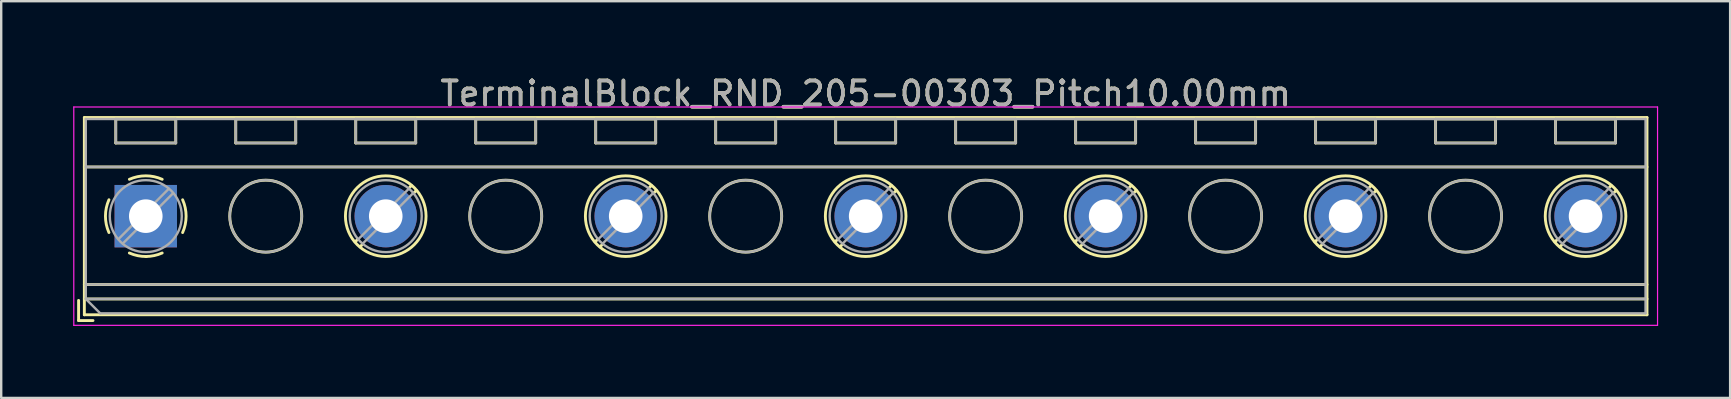
<source format=kicad_pcb>
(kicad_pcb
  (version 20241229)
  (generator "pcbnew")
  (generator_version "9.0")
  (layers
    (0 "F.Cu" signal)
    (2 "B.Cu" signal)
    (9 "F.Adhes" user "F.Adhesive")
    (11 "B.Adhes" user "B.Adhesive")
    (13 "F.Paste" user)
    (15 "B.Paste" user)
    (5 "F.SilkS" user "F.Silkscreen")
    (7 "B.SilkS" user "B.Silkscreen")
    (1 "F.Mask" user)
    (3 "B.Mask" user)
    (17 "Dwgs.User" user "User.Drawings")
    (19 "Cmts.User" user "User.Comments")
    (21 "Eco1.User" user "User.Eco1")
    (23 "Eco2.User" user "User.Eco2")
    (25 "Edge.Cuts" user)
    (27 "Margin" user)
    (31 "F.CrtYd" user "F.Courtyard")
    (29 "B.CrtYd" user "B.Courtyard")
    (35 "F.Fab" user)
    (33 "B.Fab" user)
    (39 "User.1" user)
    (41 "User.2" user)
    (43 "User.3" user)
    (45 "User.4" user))
  (footprint "TerminalBlock_RND_205-00303_Pitch10.00mm"
    (layer "F.Cu")
    (at 3.025 5.958)
    (property "Reference" "TerminalBlock_RND_205-00303_Pitch10.00mm" (at 30 -5.11 0) (layer "F.SilkS") (effects (font (size 1 1) (thickness 0.15))))
    (attr through_hole)
    (fp_line (start -2.8 3.51) (end -2.8 4.35) (stroke (width 0.12) (type solid)) (layer "F.SilkS"))
    (fp_line (start -2.8 4.35) (end -2.2 4.35) (stroke (width 0.12) (type solid)) (layer "F.SilkS"))
    (fp_line (start -2.56 -4.11) (end -2.56 4.11) (stroke (width 0.12) (type solid)) (layer "F.SilkS"))
    (fp_line (start -2.56 -2.05) (end 62.56 -2.05) (stroke (width 0.12) (type solid)) (layer "F.SilkS"))
    (fp_line (start -2.56 2.85) (end 62.56 2.85) (stroke (width 0.12) (type solid)) (layer "F.SilkS"))
    (fp_line (start -2.56 3.45) (end 62.56 3.45) (stroke (width 0.12) (type solid)) (layer "F.SilkS"))
    (fp_line (start -2.56 4.11) (end 62.56 4.11) (stroke (width 0.12) (type solid)) (layer "F.SilkS"))
    (fp_line (start -1.25 -4.05) (end -1.25 -3.05) (stroke (width 0.12) (type solid)) (layer "F.SilkS"))
    (fp_line (start -1.25 -4.05) (end 1.25 -4.05) (stroke (width 0.12) (type solid)) (layer "F.SilkS"))
    (fp_line (start -1.25 -3.05) (end 1.25 -3.05) (stroke (width 0.12) (type solid)) (layer "F.SilkS"))
    (fp_line (start 1.25 -4.05) (end 1.25 -3.05) (stroke (width 0.12) (type solid)) (layer "F.SilkS"))
    (fp_line (start 3.75 -4.05) (end 3.75 -3.05) (stroke (width 0.12) (type solid)) (layer "F.SilkS"))
    (fp_line (start 3.75 -4.05) (end 6.25 -4.05) (stroke (width 0.12) (type solid)) (layer "F.SilkS"))
    (fp_line (start 3.75 -3.05) (end 6.25 -3.05) (stroke (width 0.12) (type solid)) (layer "F.SilkS"))
    (fp_line (start 6.25 -4.05) (end 6.25 -3.05) (stroke (width 0.12) (type solid)) (layer "F.SilkS"))
    (fp_line (start 8.75 -4.05) (end 8.75 -3.05) (stroke (width 0.12) (type solid)) (layer "F.SilkS"))
    (fp_line (start 8.75 -4.05) (end 11.25 -4.05) (stroke (width 0.12) (type solid)) (layer "F.SilkS"))
    (fp_line (start 8.75 -3.05) (end 11.25 -3.05) (stroke (width 0.12) (type solid)) (layer "F.SilkS"))
    (fp_line (start 8.82 0.976) (end 8.726 1.069) (stroke (width 0.12) (type solid)) (layer "F.SilkS"))
    (fp_line (start 9.002 1.204) (end 8.931 1.274) (stroke (width 0.12) (type solid)) (layer "F.SilkS"))
    (fp_line (start 11.07 -1.275) (end 10.999 -1.204) (stroke (width 0.12) (type solid)) (layer "F.SilkS"))
    (fp_line (start 11.25 -4.05) (end 11.25 -3.05) (stroke (width 0.12) (type solid)) (layer "F.SilkS"))
    (fp_line (start 11.275 -1.069) (end 11.181 -0.976) (stroke (width 0.12) (type solid)) (layer "F.SilkS"))
    (fp_line (start 13.75 -4.05) (end 13.75 -3.05) (stroke (width 0.12) (type solid)) (layer "F.SilkS"))
    (fp_line (start 13.75 -4.05) (end 16.25 -4.05) (stroke (width 0.12) (type solid)) (layer "F.SilkS"))
    (fp_line (start 13.75 -3.05) (end 16.25 -3.05) (stroke (width 0.12) (type solid)) (layer "F.SilkS"))
    (fp_line (start 16.25 -4.05) (end 16.25 -3.05) (stroke (width 0.12) (type solid)) (layer "F.SilkS"))
    (fp_line (start 18.75 -4.05) (end 18.75 -3.05) (stroke (width 0.12) (type solid)) (layer "F.SilkS"))
    (fp_line (start 18.75 -4.05) (end 21.25 -4.05) (stroke (width 0.12) (type solid)) (layer "F.SilkS"))
    (fp_line (start 18.75 -3.05) (end 21.25 -3.05) (stroke (width 0.12) (type solid)) (layer "F.SilkS"))
    (fp_line (start 18.82 0.976) (end 18.726 1.069) (stroke (width 0.12) (type solid)) (layer "F.SilkS"))
    (fp_line (start 19.002 1.204) (end 18.931 1.274) (stroke (width 0.12) (type solid)) (layer "F.SilkS"))
    (fp_line (start 21.07 -1.275) (end 20.999 -1.204) (stroke (width 0.12) (type solid)) (layer "F.SilkS"))
    (fp_line (start 21.25 -4.05) (end 21.25 -3.05) (stroke (width 0.12) (type solid)) (layer "F.SilkS"))
    (fp_line (start 21.275 -1.069) (end 21.181 -0.976) (stroke (width 0.12) (type solid)) (layer "F.SilkS"))
    (fp_line (start 23.75 -4.05) (end 23.75 -3.05) (stroke (width 0.12) (type solid)) (layer "F.SilkS"))
    (fp_line (start 23.75 -4.05) (end 26.25 -4.05) (stroke (width 0.12) (type solid)) (layer "F.SilkS"))
    (fp_line (start 23.75 -3.05) (end 26.25 -3.05) (stroke (width 0.12) (type solid)) (layer "F.SilkS"))
    (fp_line (start 26.25 -4.05) (end 26.25 -3.05) (stroke (width 0.12) (type solid)) (layer "F.SilkS"))
    (fp_line (start 28.75 -4.05) (end 28.75 -3.05) (stroke (width 0.12) (type solid)) (layer "F.SilkS"))
    (fp_line (start 28.75 -4.05) (end 31.25 -4.05) (stroke (width 0.12) (type solid)) (layer "F.SilkS"))
    (fp_line (start 28.75 -3.05) (end 31.25 -3.05) (stroke (width 0.12) (type solid)) (layer "F.SilkS"))
    (fp_line (start 28.82 0.976) (end 28.726 1.069) (stroke (width 0.12) (type solid)) (layer "F.SilkS"))
    (fp_line (start 29.002 1.204) (end 28.931 1.274) (stroke (width 0.12) (type solid)) (layer "F.SilkS"))
    (fp_line (start 31.07 -1.275) (end 30.999 -1.204) (stroke (width 0.12) (type solid)) (layer "F.SilkS"))
    (fp_line (start 31.25 -4.05) (end 31.25 -3.05) (stroke (width 0.12) (type solid)) (layer "F.SilkS"))
    (fp_line (start 31.275 -1.069) (end 31.181 -0.976) (stroke (width 0.12) (type solid)) (layer "F.SilkS"))
    (fp_line (start 33.75 -4.05) (end 33.75 -3.05) (stroke (width 0.12) (type solid)) (layer "F.SilkS"))
    (fp_line (start 33.75 -4.05) (end 36.25 -4.05) (stroke (width 0.12) (type solid)) (layer "F.SilkS"))
    (fp_line (start 33.75 -3.05) (end 36.25 -3.05) (stroke (width 0.12) (type solid)) (layer "F.SilkS"))
    (fp_line (start 36.25 -4.05) (end 36.25 -3.05) (stroke (width 0.12) (type solid)) (layer "F.SilkS"))
    (fp_line (start 38.75 -4.05) (end 38.75 -3.05) (stroke (width 0.12) (type solid)) (layer "F.SilkS"))
    (fp_line (start 38.75 -4.05) (end 41.25 -4.05) (stroke (width 0.12) (type solid)) (layer "F.SilkS"))
    (fp_line (start 38.75 -3.05) (end 41.25 -3.05) (stroke (width 0.12) (type solid)) (layer "F.SilkS"))
    (fp_line (start 38.82 0.976) (end 38.726 1.069) (stroke (width 0.12) (type solid)) (layer "F.SilkS"))
    (fp_line (start 39.002 1.204) (end 38.931 1.274) (stroke (width 0.12) (type solid)) (layer "F.SilkS"))
    (fp_line (start 41.07 -1.275) (end 40.999 -1.204) (stroke (width 0.12) (type solid)) (layer "F.SilkS"))
    (fp_line (start 41.25 -4.05) (end 41.25 -3.05) (stroke (width 0.12) (type solid)) (layer "F.SilkS"))
    (fp_line (start 41.275 -1.069) (end 41.181 -0.976) (stroke (width 0.12) (type solid)) (layer "F.SilkS"))
    (fp_line (start 43.75 -4.05) (end 43.75 -3.05) (stroke (width 0.12) (type solid)) (layer "F.SilkS"))
    (fp_line (start 43.75 -4.05) (end 46.25 -4.05) (stroke (width 0.12) (type solid)) (layer "F.SilkS"))
    (fp_line (start 43.75 -3.05) (end 46.25 -3.05) (stroke (width 0.12) (type solid)) (layer "F.SilkS"))
    (fp_line (start 46.25 -4.05) (end 46.25 -3.05) (stroke (width 0.12) (type solid)) (layer "F.SilkS"))
    (fp_line (start 48.75 -4.05) (end 48.75 -3.05) (stroke (width 0.12) (type solid)) (layer "F.SilkS"))
    (fp_line (start 48.75 -4.05) (end 51.25 -4.05) (stroke (width 0.12) (type solid)) (layer "F.SilkS"))
    (fp_line (start 48.75 -3.05) (end 51.25 -3.05) (stroke (width 0.12) (type solid)) (layer "F.SilkS"))
    (fp_line (start 48.82 0.976) (end 48.726 1.069) (stroke (width 0.12) (type solid)) (layer "F.SilkS"))
    (fp_line (start 49.002 1.204) (end 48.931 1.274) (stroke (width 0.12) (type solid)) (layer "F.SilkS"))
    (fp_line (start 51.07 -1.275) (end 50.999 -1.204) (stroke (width 0.12) (type solid)) (layer "F.SilkS"))
    (fp_line (start 51.25 -4.05) (end 51.25 -3.05) (stroke (width 0.12) (type solid)) (layer "F.SilkS"))
    (fp_line (start 51.275 -1.069) (end 51.181 -0.976) (stroke (width 0.12) (type solid)) (layer "F.SilkS"))
    (fp_line (start 53.75 -4.05) (end 53.75 -3.05) (stroke (width 0.12) (type solid)) (layer "F.SilkS"))
    (fp_line (start 53.75 -4.05) (end 56.25 -4.05) (stroke (width 0.12) (type solid)) (layer "F.SilkS"))
    (fp_line (start 53.75 -3.05) (end 56.25 -3.05) (stroke (width 0.12) (type solid)) (layer "F.SilkS"))
    (fp_line (start 56.25 -4.05) (end 56.25 -3.05) (stroke (width 0.12) (type solid)) (layer "F.SilkS"))
    (fp_line (start 58.75 -4.05) (end 58.75 -3.05) (stroke (width 0.12) (type solid)) (layer "F.SilkS"))
    (fp_line (start 58.75 -4.05) (end 61.25 -4.05) (stroke (width 0.12) (type solid)) (layer "F.SilkS"))
    (fp_line (start 58.75 -3.05) (end 61.25 -3.05) (stroke (width 0.12) (type solid)) (layer "F.SilkS"))
    (fp_line (start 58.82 0.976) (end 58.726 1.069) (stroke (width 0.12) (type solid)) (layer "F.SilkS"))
    (fp_line (start 59.002 1.204) (end 58.931 1.274) (stroke (width 0.12) (type solid)) (layer "F.SilkS"))
    (fp_line (start 61.07 -1.275) (end 60.999 -1.204) (stroke (width 0.12) (type solid)) (layer "F.SilkS"))
    (fp_line (start 61.25 -4.05) (end 61.25 -3.05) (stroke (width 0.12) (type solid)) (layer "F.SilkS"))
    (fp_line (start 61.275 -1.069) (end 61.181 -0.976) (stroke (width 0.12) (type solid)) (layer "F.SilkS"))
    (fp_line (start 62.56 -4.11) (end -2.56 -4.11) (stroke (width 0.12) (type solid)) (layer "F.SilkS"))
    (fp_line (start 62.56 4.11) (end 62.56 -4.11) (stroke (width 0.12) (type solid)) (layer "F.SilkS"))
    (fp_arc (start -1.535427 0.683042) (mid -1.680501 -0.000524) (end -1.535 -0.684) (stroke (width 0.12) (type solid)) (layer "F.SilkS"))
    (fp_arc (start -0.683042 -1.535427) (mid 0.000524 -1.680501) (end 0.684 -1.535) (stroke (width 0.12) (type solid)) (layer "F.SilkS"))
    (fp_arc (start 0.028805 1.680253) (mid -0.335551 1.646659) (end -0.684 1.535) (stroke (width 0.12) (type solid)) (layer "F.SilkS"))
    (fp_arc (start 0.683318 1.534756) (mid 0.349292 1.643288) (end 0 1.68) (stroke (width 0.12) (type solid)) (layer "F.SilkS"))
    (fp_arc (start 1.535427 -0.683042) (mid 1.680501 0.000524) (end 1.535 0.684) (stroke (width 0.12) (type solid)) (layer "F.SilkS"))
    (fp_circle (center 5 0) (end 6.5 0) (stroke (width 0.12) (type solid)) (fill no) (layer "F.SilkS"))
    (fp_circle (center 10 0) (end 11.68 0) (stroke (width 0.12) (type solid)) (fill no) (layer "F.SilkS"))
    (fp_circle (center 15 0) (end 16.5 0) (stroke (width 0.12) (type solid)) (fill no) (layer "F.SilkS"))
    (fp_circle (center 20 0) (end 21.68 0) (stroke (width 0.12) (type solid)) (fill no) (layer "F.SilkS"))
    (fp_circle (center 25 0) (end 26.5 0) (stroke (width 0.12) (type solid)) (fill no) (layer "F.SilkS"))
    (fp_circle (center 30 0) (end 31.68 0) (stroke (width 0.12) (type solid)) (fill no) (layer "F.SilkS"))
    (fp_circle (center 35 0) (end 36.5 0) (stroke (width 0.12) (type solid)) (fill no) (layer "F.SilkS"))
    (fp_circle (center 40 0) (end 41.68 0) (stroke (width 0.12) (type solid)) (fill no) (layer "F.SilkS"))
    (fp_circle (center 45 0) (end 46.5 0) (stroke (width 0.12) (type solid)) (fill no) (layer "F.SilkS"))
    (fp_circle (center 50 0) (end 51.68 0) (stroke (width 0.12) (type solid)) (fill no) (layer "F.SilkS"))
    (fp_circle (center 55 0) (end 56.5 0) (stroke (width 0.12) (type solid)) (fill no) (layer "F.SilkS"))
    (fp_circle (center 60 0) (end 61.68 0) (stroke (width 0.12) (type solid)) (fill no) (layer "F.SilkS"))
    (fp_line (start -3 -4.55) (end -3 4.55) (stroke (width 0.05) (type solid)) (layer "F.CrtYd"))
    (fp_line (start -3 4.55) (end 63 4.55) (stroke (width 0.05) (type solid)) (layer "F.CrtYd"))
    (fp_line (start 63 -4.55) (end -3 -4.55) (stroke (width 0.05) (type solid)) (layer "F.CrtYd"))
    (fp_line (start 63 4.55) (end 63 -4.55) (stroke (width 0.05) (type solid)) (layer "F.CrtYd"))
    (fp_line (start -2.5 -4.05) (end 62.5 -4.05) (stroke (width 0.1) (type solid)) (layer "F.Fab"))
    (fp_line (start -2.5 -2.05) (end 62.5 -2.05) (stroke (width 0.1) (type solid)) (layer "F.Fab"))
    (fp_line (start -2.5 2.85) (end 62.5 2.85) (stroke (width 0.1) (type solid)) (layer "F.Fab"))
    (fp_line (start -2.5 3.45) (end -2.5 -4.05) (stroke (width 0.1) (type solid)) (layer "F.Fab"))
    (fp_line (start -2.5 3.45) (end 62.5 3.45) (stroke (width 0.1) (type solid)) (layer "F.Fab"))
    (fp_line (start -1.9 4.05) (end -2.5 3.45) (stroke (width 0.1) (type solid)) (layer "F.Fab"))
    (fp_line (start -1.25 -4.05) (end -1.25 -3.05) (stroke (width 0.1) (type solid)) (layer "F.Fab"))
    (fp_line (start -1.25 -3.05) (end 1.25 -3.05) (stroke (width 0.1) (type solid)) (layer "F.Fab"))
    (fp_line (start 0.955 -1.138) (end -1.138 0.955) (stroke (width 0.1) (type solid)) (layer "F.Fab"))
    (fp_line (start 1.138 -0.955) (end -0.955 1.138) (stroke (width 0.1) (type solid)) (layer "F.Fab"))
    (fp_line (start 1.25 -4.05) (end -1.25 -4.05) (stroke (width 0.1) (type solid)) (layer "F.Fab"))
    (fp_line (start 1.25 -3.05) (end 1.25 -4.05) (stroke (width 0.1) (type solid)) (layer "F.Fab"))
    (fp_line (start 3.75 -4.05) (end 3.75 -3.05) (stroke (width 0.1) (type solid)) (layer "F.Fab"))
    (fp_line (start 3.75 -3.05) (end 6.25 -3.05) (stroke (width 0.1) (type solid)) (layer "F.Fab"))
    (fp_line (start 6.25 -4.05) (end 3.75 -4.05) (stroke (width 0.1) (type solid)) (layer "F.Fab"))
    (fp_line (start 6.25 -3.05) (end 6.25 -4.05) (stroke (width 0.1) (type solid)) (layer "F.Fab"))
    (fp_line (start 8.75 -4.05) (end 8.75 -3.05) (stroke (width 0.1) (type solid)) (layer "F.Fab"))
    (fp_line (start 8.75 -3.05) (end 11.25 -3.05) (stroke (width 0.1) (type solid)) (layer "F.Fab"))
    (fp_line (start 10.955 -1.138) (end 8.863 0.955) (stroke (width 0.1) (type solid)) (layer "F.Fab"))
    (fp_line (start 11.138 -0.955) (end 9.046 1.138) (stroke (width 0.1) (type solid)) (layer "F.Fab"))
    (fp_line (start 11.25 -4.05) (end 8.75 -4.05) (stroke (width 0.1) (type solid)) (layer "F.Fab"))
    (fp_line (start 11.25 -3.05) (end 11.25 -4.05) (stroke (width 0.1) (type solid)) (layer "F.Fab"))
    (fp_line (start 13.75 -4.05) (end 13.75 -3.05) (stroke (width 0.1) (type solid)) (layer "F.Fab"))
    (fp_line (start 13.75 -3.05) (end 16.25 -3.05) (stroke (width 0.1) (type solid)) (layer "F.Fab"))
    (fp_line (start 16.25 -4.05) (end 13.75 -4.05) (stroke (width 0.1) (type solid)) (layer "F.Fab"))
    (fp_line (start 16.25 -3.05) (end 16.25 -4.05) (stroke (width 0.1) (type solid)) (layer "F.Fab"))
    (fp_line (start 18.75 -4.05) (end 18.75 -3.05) (stroke (width 0.1) (type solid)) (layer "F.Fab"))
    (fp_line (start 18.75 -3.05) (end 21.25 -3.05) (stroke (width 0.1) (type solid)) (layer "F.Fab"))
    (fp_line (start 20.955 -1.138) (end 18.863 0.955) (stroke (width 0.1) (type solid)) (layer "F.Fab"))
    (fp_line (start 21.138 -0.955) (end 19.046 1.138) (stroke (width 0.1) (type solid)) (layer "F.Fab"))
    (fp_line (start 21.25 -4.05) (end 18.75 -4.05) (stroke (width 0.1) (type solid)) (layer "F.Fab"))
    (fp_line (start 21.25 -3.05) (end 21.25 -4.05) (stroke (width 0.1) (type solid)) (layer "F.Fab"))
    (fp_line (start 23.75 -4.05) (end 23.75 -3.05) (stroke (width 0.1) (type solid)) (layer "F.Fab"))
    (fp_line (start 23.75 -3.05) (end 26.25 -3.05) (stroke (width 0.1) (type solid)) (layer "F.Fab"))
    (fp_line (start 26.25 -4.05) (end 23.75 -4.05) (stroke (width 0.1) (type solid)) (layer "F.Fab"))
    (fp_line (start 26.25 -3.05) (end 26.25 -4.05) (stroke (width 0.1) (type solid)) (layer "F.Fab"))
    (fp_line (start 28.75 -4.05) (end 28.75 -3.05) (stroke (width 0.1) (type solid)) (layer "F.Fab"))
    (fp_line (start 28.75 -3.05) (end 31.25 -3.05) (stroke (width 0.1) (type solid)) (layer "F.Fab"))
    (fp_line (start 30.955 -1.138) (end 28.863 0.955) (stroke (width 0.1) (type solid)) (layer "F.Fab"))
    (fp_line (start 31.138 -0.955) (end 29.046 1.138) (stroke (width 0.1) (type solid)) (layer "F.Fab"))
    (fp_line (start 31.25 -4.05) (end 28.75 -4.05) (stroke (width 0.1) (type solid)) (layer "F.Fab"))
    (fp_line (start 31.25 -3.05) (end 31.25 -4.05) (stroke (width 0.1) (type solid)) (layer "F.Fab"))
    (fp_line (start 33.75 -4.05) (end 33.75 -3.05) (stroke (width 0.1) (type solid)) (layer "F.Fab"))
    (fp_line (start 33.75 -3.05) (end 36.25 -3.05) (stroke (width 0.1) (type solid)) (layer "F.Fab"))
    (fp_line (start 36.25 -4.05) (end 33.75 -4.05) (stroke (width 0.1) (type solid)) (layer "F.Fab"))
    (fp_line (start 36.25 -3.05) (end 36.25 -4.05) (stroke (width 0.1) (type solid)) (layer "F.Fab"))
    (fp_line (start 38.75 -4.05) (end 38.75 -3.05) (stroke (width 0.1) (type solid)) (layer "F.Fab"))
    (fp_line (start 38.75 -3.05) (end 41.25 -3.05) (stroke (width 0.1) (type solid)) (layer "F.Fab"))
    (fp_line (start 40.955 -1.138) (end 38.863 0.955) (stroke (width 0.1) (type solid)) (layer "F.Fab"))
    (fp_line (start 41.138 -0.955) (end 39.046 1.138) (stroke (width 0.1) (type solid)) (layer "F.Fab"))
    (fp_line (start 41.25 -4.05) (end 38.75 -4.05) (stroke (width 0.1) (type solid)) (layer "F.Fab"))
    (fp_line (start 41.25 -3.05) (end 41.25 -4.05) (stroke (width 0.1) (type solid)) (layer "F.Fab"))
    (fp_line (start 43.75 -4.05) (end 43.75 -3.05) (stroke (width 0.1) (type solid)) (layer "F.Fab"))
    (fp_line (start 43.75 -3.05) (end 46.25 -3.05) (stroke (width 0.1) (type solid)) (layer "F.Fab"))
    (fp_line (start 46.25 -4.05) (end 43.75 -4.05) (stroke (width 0.1) (type solid)) (layer "F.Fab"))
    (fp_line (start 46.25 -3.05) (end 46.25 -4.05) (stroke (width 0.1) (type solid)) (layer "F.Fab"))
    (fp_line (start 48.75 -4.05) (end 48.75 -3.05) (stroke (width 0.1) (type solid)) (layer "F.Fab"))
    (fp_line (start 48.75 -3.05) (end 51.25 -3.05) (stroke (width 0.1) (type solid)) (layer "F.Fab"))
    (fp_line (start 50.955 -1.138) (end 48.863 0.955) (stroke (width 0.1) (type solid)) (layer "F.Fab"))
    (fp_line (start 51.138 -0.955) (end 49.046 1.138) (stroke (width 0.1) (type solid)) (layer "F.Fab"))
    (fp_line (start 51.25 -4.05) (end 48.75 -4.05) (stroke (width 0.1) (type solid)) (layer "F.Fab"))
    (fp_line (start 51.25 -3.05) (end 51.25 -4.05) (stroke (width 0.1) (type solid)) (layer "F.Fab"))
    (fp_line (start 53.75 -4.05) (end 53.75 -3.05) (stroke (width 0.1) (type solid)) (layer "F.Fab"))
    (fp_line (start 53.75 -3.05) (end 56.25 -3.05) (stroke (width 0.1) (type solid)) (layer "F.Fab"))
    (fp_line (start 56.25 -4.05) (end 53.75 -4.05) (stroke (width 0.1) (type solid)) (layer "F.Fab"))
    (fp_line (start 56.25 -3.05) (end 56.25 -4.05) (stroke (width 0.1) (type solid)) (layer "F.Fab"))
    (fp_line (start 58.75 -4.05) (end 58.75 -3.05) (stroke (width 0.1) (type solid)) (layer "F.Fab"))
    (fp_line (start 58.75 -3.05) (end 61.25 -3.05) (stroke (width 0.1) (type solid)) (layer "F.Fab"))
    (fp_line (start 60.955 -1.138) (end 58.863 0.955) (stroke (width 0.1) (type solid)) (layer "F.Fab"))
    (fp_line (start 61.138 -0.955) (end 59.046 1.138) (stroke (width 0.1) (type solid)) (layer "F.Fab"))
    (fp_line (start 61.25 -4.05) (end 58.75 -4.05) (stroke (width 0.1) (type solid)) (layer "F.Fab"))
    (fp_line (start 61.25 -3.05) (end 61.25 -4.05) (stroke (width 0.1) (type solid)) (layer "F.Fab"))
    (fp_line (start 62.5 -4.05) (end 62.5 4.05) (stroke (width 0.1) (type solid)) (layer "F.Fab"))
    (fp_line (start 62.5 4.05) (end -1.9 4.05) (stroke (width 0.1) (type solid)) (layer "F.Fab"))
    (fp_circle (center 0 0) (end 1.5 0) (stroke (width 0.1) (type solid)) (fill no) (layer "F.Fab"))
    (fp_circle (center 5 0) (end 6.5 0) (stroke (width 0.1) (type solid)) (fill no) (layer "F.Fab"))
    (fp_circle (center 10 0) (end 11.5 0) (stroke (width 0.1) (type solid)) (fill no) (layer "F.Fab"))
    (fp_circle (center 15 0) (end 16.5 0) (stroke (width 0.1) (type solid)) (fill no) (layer "F.Fab"))
    (fp_circle (center 20 0) (end 21.5 0) (stroke (width 0.1) (type solid)) (fill no) (layer "F.Fab"))
    (fp_circle (center 25 0) (end 26.5 0) (stroke (width 0.1) (type solid)) (fill no) (layer "F.Fab"))
    (fp_circle (center 30 0) (end 31.5 0) (stroke (width 0.1) (type solid)) (fill no) (layer "F.Fab"))
    (fp_circle (center 35 0) (end 36.5 0) (stroke (width 0.1) (type solid)) (fill no) (layer "F.Fab"))
    (fp_circle (center 40 0) (end 41.5 0) (stroke (width 0.1) (type solid)) (fill no) (layer "F.Fab"))
    (fp_circle (center 45 0) (end 46.5 0) (stroke (width 0.1) (type solid)) (fill no) (layer "F.Fab"))
    (fp_circle (center 50 0) (end 51.5 0) (stroke (width 0.1) (type solid)) (fill no) (layer "F.Fab"))
    (fp_circle (center 55 0) (end 56.5 0) (stroke (width 0.1) (type solid)) (fill no) (layer "F.Fab"))
    (fp_circle (center 60 0) (end 61.5 0) (stroke (width 0.1) (type solid)) (fill no) (layer "F.Fab"))
    (fp_text user "${REFERENCE}" (at 30 -5.11 0) (layer "F.Fab") (effects (font (size 1 1) (thickness 0.15))))
    (pad "1" thru_hole rect (at 0 0) (size 2.6 2.6) (drill 1.4) (layers "*.Cu" "*.Mask"))
    (pad "2" thru_hole oval (at 10 0) (size 2.6 2.6) (drill 1.4) (layers "*.Cu" "*.Mask"))
    (pad "3" thru_hole oval (at 20 0) (size 2.6 2.6) (drill 1.4) (layers "*.Cu" "*.Mask"))
    (pad "4" thru_hole oval (at 30 0) (size 2.6 2.6) (drill 1.4) (layers "*.Cu" "*.Mask"))
    (pad "5" thru_hole oval (at 40 0) (size 2.6 2.6) (drill 1.4) (layers "*.Cu" "*.Mask"))
    (pad "6" thru_hole oval (at 50 0) (size 2.6 2.6) (drill 1.4) (layers "*.Cu" "*.Mask"))
    (pad "7" thru_hole oval (at 60 0) (size 2.6 2.6) (drill 1.4) (layers "*.Cu" "*.Mask")))
  (gr_rect
    (start -3 -3)
    (end 69.05 13.533)
    (stroke (width 0.1) (type default))
    (fill no)
    (layer "Edge.Cuts")))
</source>
